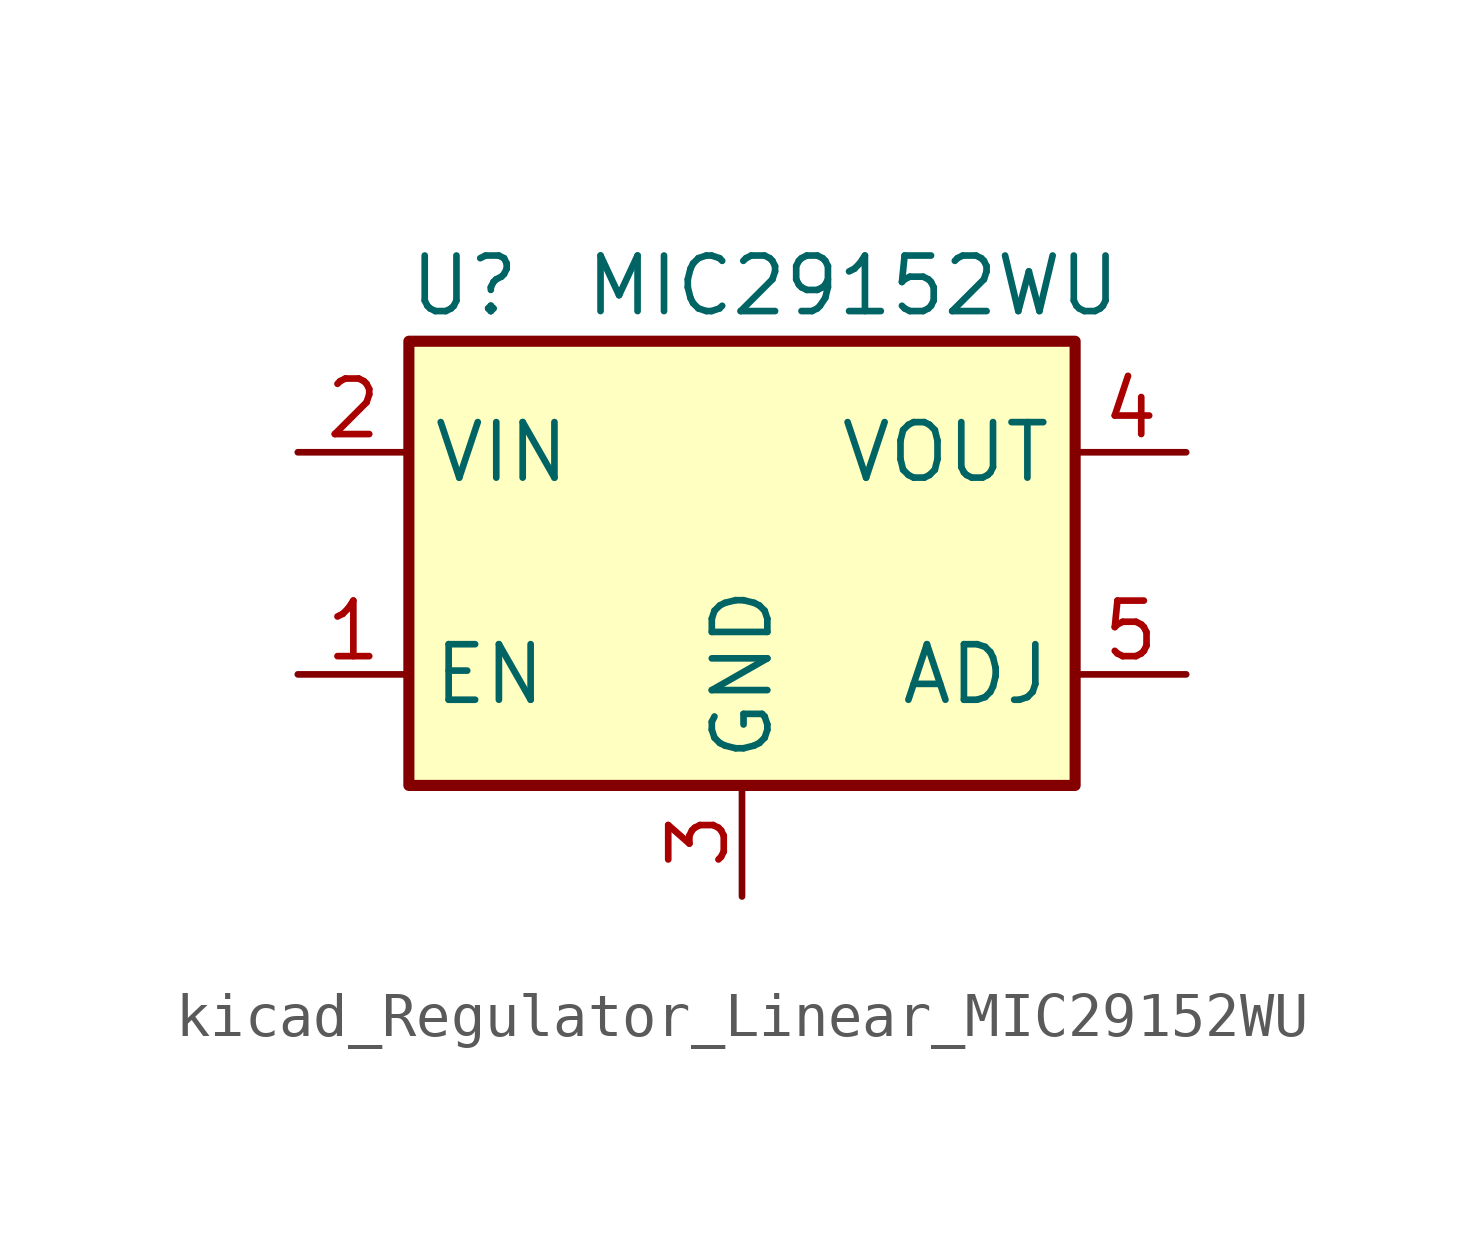
<source format=kicad_sym>
(kicad_symbol_lib
  (version 20220914)
  (generator kicad_symbol_editor)
  (symbol "kicad_Regulator_Linear_MIC29152WU"
    (property "Reference" "U"
      (at -6.35 6.35 0)
      (effects (font (size 1.27 1.27))))
    (property "Value" "MIC29152WU"
      (at 2.54 6.35 0)
      (effects (font (size 1.27 1.27))))
    (symbol "kicad_Regulator_Linear_MIC29152WU_1_1"
      (rectangle (start -7.62 5.08) (end 7.62 -5.08) (stroke (width 0.254) (type default)) (fill (type background)))
      (pin input line (at -10.16 -2.54 0) (length 2.54) (name "EN" (effects (font (size 1.27 1.27)))) (number "1" (effects (font (size 1.27 1.27)))))
      (pin power_in line (at -10.16 2.54 0) (length 2.54) (name "VIN" (effects (font (size 1.27 1.27)))) (number "2" (effects (font (size 1.27 1.27)))))
      (pin power_in line (at 0 -7.62 90) (length 2.54) (name "GND" (effects (font (size 1.27 1.27)))) (number "3" (effects (font (size 1.27 1.27)))))
      (pin power_out line (at 10.16 2.54 180) (length 2.54) (name "VOUT" (effects (font (size 1.27 1.27)))) (number "4" (effects (font (size 1.27 1.27)))))
      (pin input line (at 10.16 -2.54 180) (length 2.54) (name "ADJ" (effects (font (size 1.27 1.27)))) (number "5" (effects (font (size 1.27 1.27))))))))
</source>
